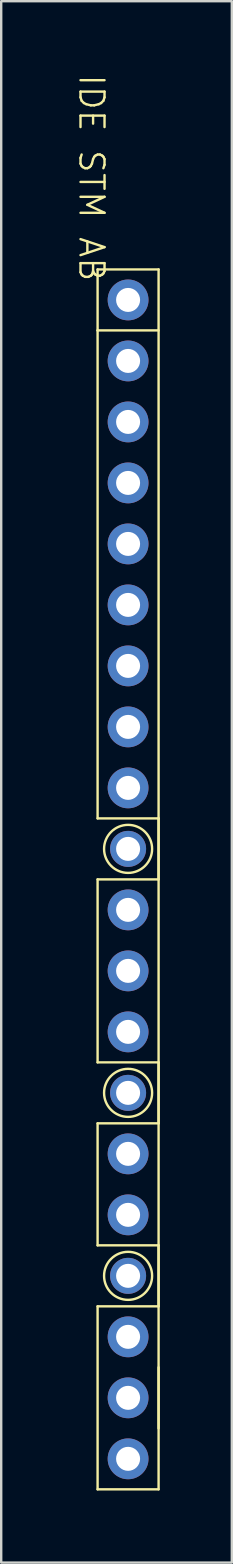
<source format=kicad_pcb>
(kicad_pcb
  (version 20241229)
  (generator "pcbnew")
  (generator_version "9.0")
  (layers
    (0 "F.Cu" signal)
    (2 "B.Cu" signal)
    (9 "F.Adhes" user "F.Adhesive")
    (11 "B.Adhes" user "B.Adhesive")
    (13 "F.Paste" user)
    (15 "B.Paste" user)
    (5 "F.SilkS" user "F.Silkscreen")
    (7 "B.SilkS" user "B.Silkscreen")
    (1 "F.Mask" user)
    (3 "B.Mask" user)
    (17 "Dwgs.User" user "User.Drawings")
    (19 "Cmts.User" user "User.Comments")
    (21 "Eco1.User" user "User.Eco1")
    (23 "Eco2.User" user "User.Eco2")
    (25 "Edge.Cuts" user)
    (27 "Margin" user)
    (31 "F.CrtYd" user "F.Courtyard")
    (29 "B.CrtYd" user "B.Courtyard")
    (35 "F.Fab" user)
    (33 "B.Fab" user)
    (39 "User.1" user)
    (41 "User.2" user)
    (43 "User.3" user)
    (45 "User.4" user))
  (footprint "IDE STM AB"
    (layer "F.Cu")
    (at 2.284 9.44)
    (property "Reference" "IDE STM AB" (at -1.524 -5.08 270) (unlocked yes) (layer "F.SilkS") (effects (font (size 1 1) (thickness 0.1))))
    (attr through_hole)
    (fp_line (start -1.27 -1.27) (end 1.27 -1.27) (stroke (width 0.1) (type default)) (layer "F.SilkS"))
    (fp_line (start -1.27 1.27) (end -1.27 -1.27) (stroke (width 0.1) (type default)) (layer "F.SilkS"))
    (fp_line (start -1.27 1.27) (end 1.27 1.27) (stroke (width 0.1) (type default)) (layer "F.SilkS"))
    (fp_line (start -1.27 21.59) (end -1.27 1.27) (stroke (width 0.1) (type default)) (layer "F.SilkS"))
    (fp_line (start -1.27 24.13) (end -1.27 31.75) (stroke (width 0.1) (type default)) (layer "F.SilkS"))
    (fp_line (start -1.27 31.75) (end 1.27 31.75) (stroke (width 0.1) (type default)) (layer "F.SilkS"))
    (fp_line (start -1.27 34.29) (end -1.27 39.37) (stroke (width 0.1) (type default)) (layer "F.SilkS"))
    (fp_line (start -1.27 39.37) (end 1.27 39.37) (stroke (width 0.1) (type default)) (layer "F.SilkS"))
    (fp_line (start -1.27 41.91) (end -1.27 49.53) (stroke (width 0.1) (type default)) (layer "F.SilkS"))
    (fp_line (start -1.27 49.53) (end 1.27 49.53) (stroke (width 0.1) (type default)) (layer "F.SilkS"))
    (fp_line (start 1.27 -1.27) (end 1.27 46.99) (stroke (width 0.1) (type default)) (layer "F.SilkS"))
    (fp_line (start 1.27 21.59) (end -1.27 21.59) (stroke (width 0.1) (type default)) (layer "F.SilkS"))
    (fp_line (start 1.27 24.13) (end -1.27 24.13) (stroke (width 0.1) (type default)) (layer "F.SilkS"))
    (fp_line (start 1.27 24.13) (end 1.27 21.59) (stroke (width 0.1) (type default)) (layer "F.SilkS"))
    (fp_line (start 1.27 31.75) (end 1.27 34.29) (stroke (width 0.1) (type default)) (layer "F.SilkS"))
    (fp_line (start 1.27 34.29) (end -1.27 34.29) (stroke (width 0.1) (type default)) (layer "F.SilkS"))
    (fp_line (start 1.27 39.37) (end 1.27 41.91) (stroke (width 0.1) (type default)) (layer "F.SilkS"))
    (fp_line (start 1.27 41.91) (end -1.27 41.91) (stroke (width 0.1) (type default)) (layer "F.SilkS"))
    (fp_line (start 1.27 49.53) (end 1.27 44.45) (stroke (width 0.1) (type default)) (layer "F.SilkS"))
    (fp_circle (center 0 22.86) (end 0 23.86) (stroke (width 0.1) (type default)) (fill no) (layer "F.SilkS"))
    (fp_circle (center 0 33.02) (end 0 34.02) (stroke (width 0.1) (type default)) (fill no) (layer "F.SilkS"))
    (fp_circle (center 0 40.64) (end 0 41.64) (stroke (width 0.1) (type default)) (fill no) (layer "F.SilkS"))
    (pad "A0" thru_hole circle (at 0 25.4 270) (size 1.7 1.7) (drill 1) (layers "*.Cu" "*.Mask"))
    (pad "A1" thru_hole circle (at 0 27.94 270) (size 1.7 1.7) (drill 1) (layers "*.Cu" "*.Mask"))
    (pad "A2" thru_hole circle (at 0 30.48 270) (size 1.7 1.7) (drill 1) (layers "*.Cu" "*.Mask"))
    (pad "A3" thru_hole circle (at 0 35.56 270) (size 1.7 1.7) (drill 1) (layers "*.Cu" "*.Mask"))
    (pad "A4" thru_hole circle (at 0 38.1 270) (size 1.7 1.7) (drill 1) (layers "*.Cu" "*.Mask"))
    (pad "A5" thru_hole circle (at 0 43.18 270) (size 1.7 1.7) (drill 1) (layers "*.Cu" "*.Mask"))
    (pad "A6" thru_hole circle (at 0 45.72 270) (size 1.7 1.7) (drill 1) (layers "*.Cu" "*.Mask"))
    (pad "A7" thru_hole circle (at 0 48.26 270) (size 1.7 1.7) (drill 1) (layers "*.Cu" "*.Mask"))
    (pad "B0" thru_hole circle (at 0 2.54 270) (size 1.7 1.7) (drill 1) (layers "*.Cu" "*.Mask"))
    (pad "B1" thru_hole circle (at 0 5.08 270) (size 1.7 1.7) (drill 1) (layers "*.Cu" "*.Mask"))
    (pad "B2" thru_hole circle (at 0 7.62 270) (size 1.7 1.7) (drill 1) (layers "*.Cu" "*.Mask"))
    (pad "B3" thru_hole circle (at 0 10.16 270) (size 1.7 1.7) (drill 1) (layers "*.Cu" "*.Mask"))
    (pad "B4" thru_hole circle (at 0 12.7 270) (size 1.7 1.7) (drill 1) (layers "*.Cu" "*.Mask"))
    (pad "B5" thru_hole circle (at 0 15.24 270) (size 1.7 1.7) (drill 1) (layers "*.Cu" "*.Mask"))
    (pad "B6" thru_hole circle (at 0 17.78 270) (size 1.7 1.7) (drill 1) (layers "*.Cu" "*.Mask"))
    (pad "B7" thru_hole circle (at 0 20.32 270) (size 1.7 1.7) (drill 1) (layers "*.Cu" "*.Mask"))
    (pad "GND" thru_hole circle (at 0 0 270) (size 1.7 1.7) (drill 1) (layers "*.Cu" "*.Mask"))
    (pad "x20" thru_hole circle (at 0 22.86 270) (size 1.5 1.5) (drill 1) (layers "*.Cu" "*.Mask"))
    (pad "x28" thru_hole circle (at 0 33.02 270) (size 1.5 1.5) (drill 1) (layers "*.Cu" "*.Mask"))
    (pad "x34" thru_hole circle (at 0 40.64 270) (size 1.5 1.5) (drill 1) (layers "*.Cu" "*.Mask")))
  (gr_rect
    (start -3 -3)
    (end 6.604 62.02)
    (stroke (width 0.1) (type default))
    (fill no)
    (layer "Edge.Cuts")))
</source>
